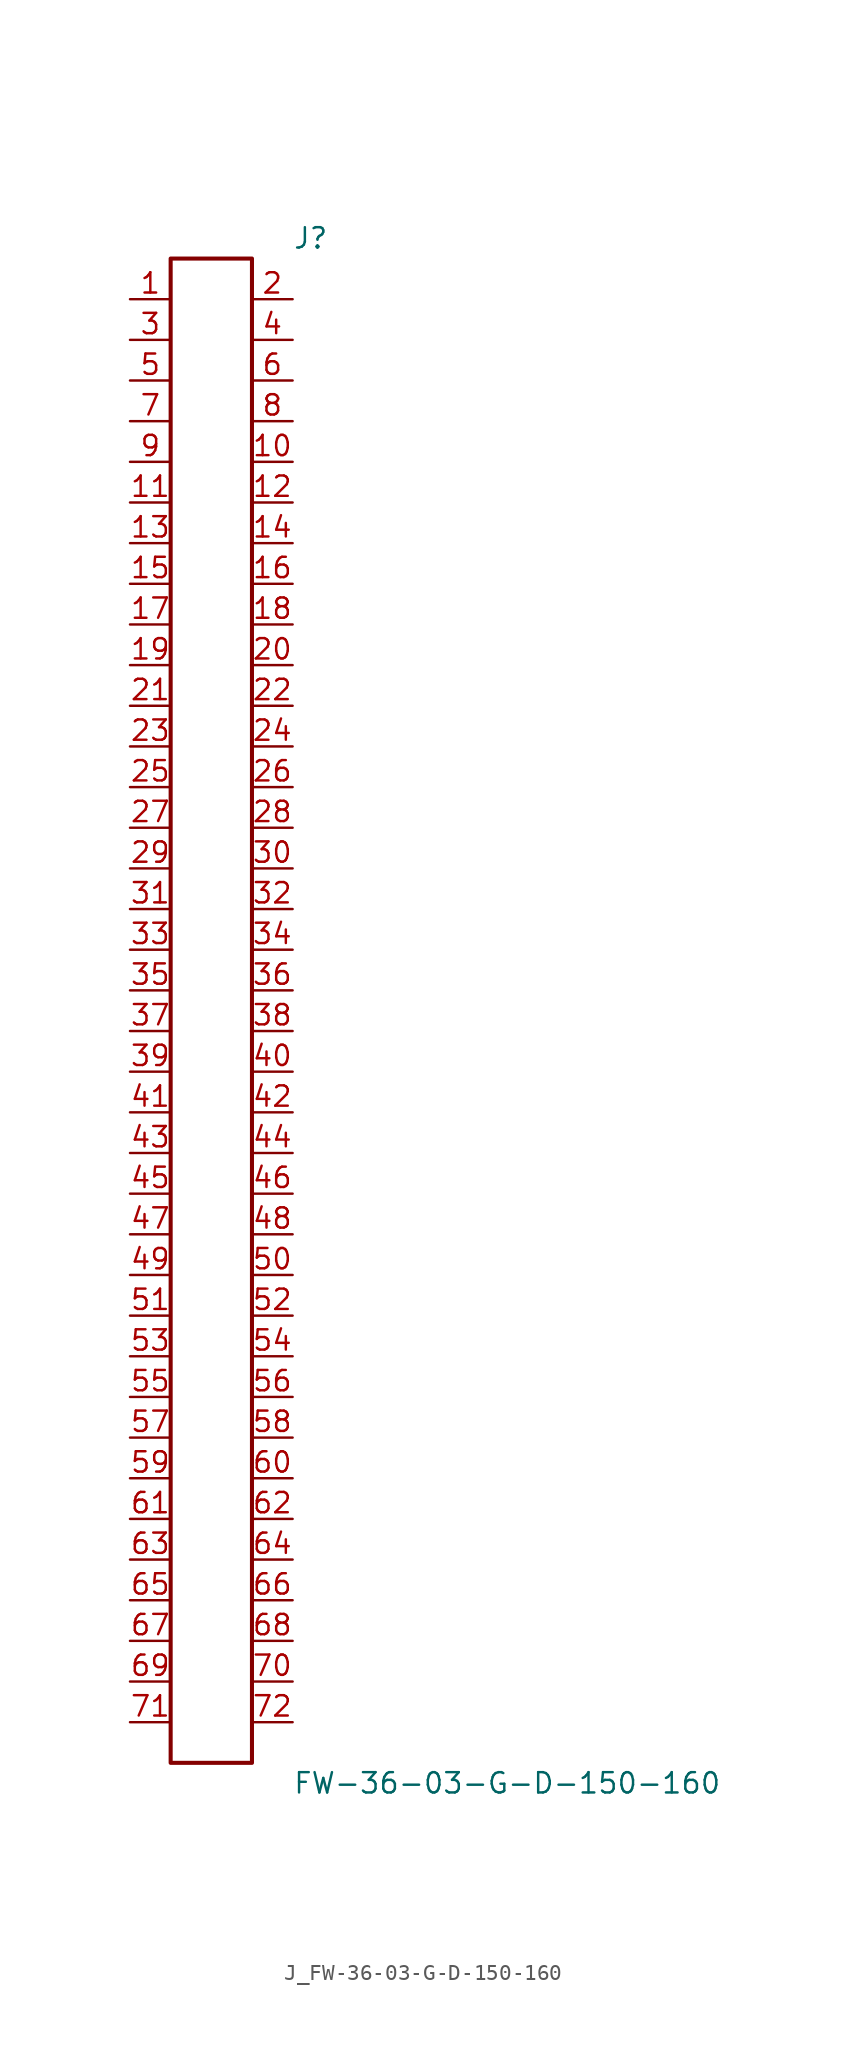
<source format=kicad_sym>
(kicad_symbol_lib
  (version 20231120)
  (generator kicad_symbol_editor)
  (generator_version 8.0)
  (symbol "J_FW-36-03-G-D-150-160"
    (pin_names
      (offset 0.254))
    (property "Reference" "J"
      (at 5.08 48.26 0)
      (effects (font (size 1.27 1.27)) (justify left)))
    (property "Value" "FW-36-03-G-D-150-160"
      (at 5.08 -48.26 0)
      (effects (font (size 1.27 1.27)) (justify left)))
    (symbol "J_FW-36-03-G-D-150-160_0_0"
      (pin passive line (at -5.08 44.45 0) (length 2.54) (name "" (effects (font (size 1.27 1.27)))) (number "1" (effects (font (size 1.27 1.27)))))
      (pin passive line (at 5.08 44.45 180) (length 2.54) (name "" (effects (font (size 1.27 1.27)))) (number "2" (effects (font (size 1.27 1.27)))))
      (pin passive line (at -5.08 41.91 0) (length 2.54) (name "" (effects (font (size 1.27 1.27)))) (number "3" (effects (font (size 1.27 1.27)))))
      (pin passive line (at 5.08 41.91 180) (length 2.54) (name "" (effects (font (size 1.27 1.27)))) (number "4" (effects (font (size 1.27 1.27)))))
      (pin passive line (at -5.08 39.37 0) (length 2.54) (name "" (effects (font (size 1.27 1.27)))) (number "5" (effects (font (size 1.27 1.27)))))
      (pin passive line (at 5.08 39.37 180) (length 2.54) (name "" (effects (font (size 1.27 1.27)))) (number "6" (effects (font (size 1.27 1.27)))))
      (pin passive line (at -5.08 36.83 0) (length 2.54) (name "" (effects (font (size 1.27 1.27)))) (number "7" (effects (font (size 1.27 1.27)))))
      (pin passive line (at 5.08 36.83 180) (length 2.54) (name "" (effects (font (size 1.27 1.27)))) (number "8" (effects (font (size 1.27 1.27)))))
      (pin passive line (at -5.08 34.29 0) (length 2.54) (name "" (effects (font (size 1.27 1.27)))) (number "9" (effects (font (size 1.27 1.27)))))
      (pin passive line (at 5.08 34.29 180) (length 2.54) (name "" (effects (font (size 1.27 1.27)))) (number "10" (effects (font (size 1.27 1.27)))))
      (pin passive line (at -5.08 31.75 0) (length 2.54) (name "" (effects (font (size 1.27 1.27)))) (number "11" (effects (font (size 1.27 1.27)))))
      (pin passive line (at 5.08 31.75 180) (length 2.54) (name "" (effects (font (size 1.27 1.27)))) (number "12" (effects (font (size 1.27 1.27)))))
      (pin passive line (at -5.08 29.21 0) (length 2.54) (name "" (effects (font (size 1.27 1.27)))) (number "13" (effects (font (size 1.27 1.27)))))
      (pin passive line (at 5.08 29.21 180) (length 2.54) (name "" (effects (font (size 1.27 1.27)))) (number "14" (effects (font (size 1.27 1.27)))))
      (pin passive line (at -5.08 26.67 0) (length 2.54) (name "" (effects (font (size 1.27 1.27)))) (number "15" (effects (font (size 1.27 1.27)))))
      (pin passive line (at 5.08 26.67 180) (length 2.54) (name "" (effects (font (size 1.27 1.27)))) (number "16" (effects (font (size 1.27 1.27)))))
      (pin passive line (at -5.08 24.13 0) (length 2.54) (name "" (effects (font (size 1.27 1.27)))) (number "17" (effects (font (size 1.27 1.27)))))
      (pin passive line (at 5.08 24.13 180) (length 2.54) (name "" (effects (font (size 1.27 1.27)))) (number "18" (effects (font (size 1.27 1.27)))))
      (pin passive line (at -5.08 21.59 0) (length 2.54) (name "" (effects (font (size 1.27 1.27)))) (number "19" (effects (font (size 1.27 1.27)))))
      (pin passive line (at 5.08 21.59 180) (length 2.54) (name "" (effects (font (size 1.27 1.27)))) (number "20" (effects (font (size 1.27 1.27)))))
      (pin passive line (at -5.08 19.05 0) (length 2.54) (name "" (effects (font (size 1.27 1.27)))) (number "21" (effects (font (size 1.27 1.27)))))
      (pin passive line (at 5.08 19.05 180) (length 2.54) (name "" (effects (font (size 1.27 1.27)))) (number "22" (effects (font (size 1.27 1.27)))))
      (pin passive line (at -5.08 16.51 0) (length 2.54) (name "" (effects (font (size 1.27 1.27)))) (number "23" (effects (font (size 1.27 1.27)))))
      (pin passive line (at 5.08 16.51 180) (length 2.54) (name "" (effects (font (size 1.27 1.27)))) (number "24" (effects (font (size 1.27 1.27)))))
      (pin passive line (at -5.08 13.97 0) (length 2.54) (name "" (effects (font (size 1.27 1.27)))) (number "25" (effects (font (size 1.27 1.27)))))
      (pin passive line (at 5.08 13.97 180) (length 2.54) (name "" (effects (font (size 1.27 1.27)))) (number "26" (effects (font (size 1.27 1.27)))))
      (pin passive line (at -5.08 11.43 0) (length 2.54) (name "" (effects (font (size 1.27 1.27)))) (number "27" (effects (font (size 1.27 1.27)))))
      (pin passive line (at 5.08 11.43 180) (length 2.54) (name "" (effects (font (size 1.27 1.27)))) (number "28" (effects (font (size 1.27 1.27)))))
      (pin passive line (at -5.08 8.89 0) (length 2.54) (name "" (effects (font (size 1.27 1.27)))) (number "29" (effects (font (size 1.27 1.27)))))
      (pin passive line (at 5.08 8.89 180) (length 2.54) (name "" (effects (font (size 1.27 1.27)))) (number "30" (effects (font (size 1.27 1.27)))))
      (pin passive line (at -5.08 6.35 0) (length 2.54) (name "" (effects (font (size 1.27 1.27)))) (number "31" (effects (font (size 1.27 1.27)))))
      (pin passive line (at 5.08 6.35 180) (length 2.54) (name "" (effects (font (size 1.27 1.27)))) (number "32" (effects (font (size 1.27 1.27)))))
      (pin passive line (at -5.08 3.81 0) (length 2.54) (name "" (effects (font (size 1.27 1.27)))) (number "33" (effects (font (size 1.27 1.27)))))
      (pin passive line (at 5.08 3.81 180) (length 2.54) (name "" (effects (font (size 1.27 1.27)))) (number "34" (effects (font (size 1.27 1.27)))))
      (pin passive line (at -5.08 1.27 0) (length 2.54) (name "" (effects (font (size 1.27 1.27)))) (number "35" (effects (font (size 1.27 1.27)))))
      (pin passive line (at 5.08 1.27 180) (length 2.54) (name "" (effects (font (size 1.27 1.27)))) (number "36" (effects (font (size 1.27 1.27)))))
      (pin passive line (at -5.08 -1.27 0) (length 2.54) (name "" (effects (font (size 1.27 1.27)))) (number "37" (effects (font (size 1.27 1.27)))))
      (pin passive line (at 5.08 -1.27 180) (length 2.54) (name "" (effects (font (size 1.27 1.27)))) (number "38" (effects (font (size 1.27 1.27)))))
      (pin passive line (at -5.08 -3.81 0) (length 2.54) (name "" (effects (font (size 1.27 1.27)))) (number "39" (effects (font (size 1.27 1.27)))))
      (pin passive line (at 5.08 -3.81 180) (length 2.54) (name "" (effects (font (size 1.27 1.27)))) (number "40" (effects (font (size 1.27 1.27)))))
      (pin passive line (at -5.08 -6.35 0) (length 2.54) (name "" (effects (font (size 1.27 1.27)))) (number "41" (effects (font (size 1.27 1.27)))))
      (pin passive line (at 5.08 -6.35 180) (length 2.54) (name "" (effects (font (size 1.27 1.27)))) (number "42" (effects (font (size 1.27 1.27)))))
      (pin passive line (at -5.08 -8.89 0) (length 2.54) (name "" (effects (font (size 1.27 1.27)))) (number "43" (effects (font (size 1.27 1.27)))))
      (pin passive line (at 5.08 -8.89 180) (length 2.54) (name "" (effects (font (size 1.27 1.27)))) (number "44" (effects (font (size 1.27 1.27)))))
      (pin passive line (at -5.08 -11.43 0) (length 2.54) (name "" (effects (font (size 1.27 1.27)))) (number "45" (effects (font (size 1.27 1.27)))))
      (pin passive line (at 5.08 -11.43 180) (length 2.54) (name "" (effects (font (size 1.27 1.27)))) (number "46" (effects (font (size 1.27 1.27)))))
      (pin passive line (at -5.08 -13.97 0) (length 2.54) (name "" (effects (font (size 1.27 1.27)))) (number "47" (effects (font (size 1.27 1.27)))))
      (pin passive line (at 5.08 -13.97 180) (length 2.54) (name "" (effects (font (size 1.27 1.27)))) (number "48" (effects (font (size 1.27 1.27)))))
      (pin passive line (at -5.08 -16.51 0) (length 2.54) (name "" (effects (font (size 1.27 1.27)))) (number "49" (effects (font (size 1.27 1.27)))))
      (pin passive line (at 5.08 -16.51 180) (length 2.54) (name "" (effects (font (size 1.27 1.27)))) (number "50" (effects (font (size 1.27 1.27)))))
      (pin passive line (at -5.08 -19.05 0) (length 2.54) (name "" (effects (font (size 1.27 1.27)))) (number "51" (effects (font (size 1.27 1.27)))))
      (pin passive line (at 5.08 -19.05 180) (length 2.54) (name "" (effects (font (size 1.27 1.27)))) (number "52" (effects (font (size 1.27 1.27)))))
      (pin passive line (at -5.08 -21.59 0) (length 2.54) (name "" (effects (font (size 1.27 1.27)))) (number "53" (effects (font (size 1.27 1.27)))))
      (pin passive line (at 5.08 -21.59 180) (length 2.54) (name "" (effects (font (size 1.27 1.27)))) (number "54" (effects (font (size 1.27 1.27)))))
      (pin passive line (at -5.08 -24.13 0) (length 2.54) (name "" (effects (font (size 1.27 1.27)))) (number "55" (effects (font (size 1.27 1.27)))))
      (pin passive line (at 5.08 -24.13 180) (length 2.54) (name "" (effects (font (size 1.27 1.27)))) (number "56" (effects (font (size 1.27 1.27)))))
      (pin passive line (at -5.08 -26.67 0) (length 2.54) (name "" (effects (font (size 1.27 1.27)))) (number "57" (effects (font (size 1.27 1.27)))))
      (pin passive line (at 5.08 -26.67 180) (length 2.54) (name "" (effects (font (size 1.27 1.27)))) (number "58" (effects (font (size 1.27 1.27)))))
      (pin passive line (at -5.08 -29.21 0) (length 2.54) (name "" (effects (font (size 1.27 1.27)))) (number "59" (effects (font (size 1.27 1.27)))))
      (pin passive line (at 5.08 -29.21 180) (length 2.54) (name "" (effects (font (size 1.27 1.27)))) (number "60" (effects (font (size 1.27 1.27)))))
      (pin passive line (at -5.08 -31.75 0) (length 2.54) (name "" (effects (font (size 1.27 1.27)))) (number "61" (effects (font (size 1.27 1.27)))))
      (pin passive line (at 5.08 -31.75 180) (length 2.54) (name "" (effects (font (size 1.27 1.27)))) (number "62" (effects (font (size 1.27 1.27)))))
      (pin passive line (at -5.08 -34.29 0) (length 2.54) (name "" (effects (font (size 1.27 1.27)))) (number "63" (effects (font (size 1.27 1.27)))))
      (pin passive line (at 5.08 -34.29 180) (length 2.54) (name "" (effects (font (size 1.27 1.27)))) (number "64" (effects (font (size 1.27 1.27)))))
      (pin passive line (at -5.08 -36.83 0) (length 2.54) (name "" (effects (font (size 1.27 1.27)))) (number "65" (effects (font (size 1.27 1.27)))))
      (pin passive line (at 5.08 -36.83 180) (length 2.54) (name "" (effects (font (size 1.27 1.27)))) (number "66" (effects (font (size 1.27 1.27)))))
      (pin passive line (at -5.08 -39.37 0) (length 2.54) (name "" (effects (font (size 1.27 1.27)))) (number "67" (effects (font (size 1.27 1.27)))))
      (pin passive line (at 5.08 -39.37 180) (length 2.54) (name "" (effects (font (size 1.27 1.27)))) (number "68" (effects (font (size 1.27 1.27)))))
      (pin passive line (at -5.08 -41.91 0) (length 2.54) (name "" (effects (font (size 1.27 1.27)))) (number "69" (effects (font (size 1.27 1.27)))))
      (pin passive line (at 5.08 -41.91 180) (length 2.54) (name "" (effects (font (size 1.27 1.27)))) (number "70" (effects (font (size 1.27 1.27)))))
      (pin passive line (at -5.08 -44.45 0) (length 2.54) (name "" (effects (font (size 1.27 1.27)))) (number "71" (effects (font (size 1.27 1.27)))))
      (pin passive line (at 5.08 -44.45 180) (length 2.54) (name "" (effects (font (size 1.27 1.27)))) (number "72" (effects (font (size 1.27 1.27))))))
    (symbol "J_FW-36-03-G-D-150-160_1_0"
      (rectangle (start -2.54 46.99) (end 2.54 -46.99) (stroke (width 0.254) (type solid)) (fill (type none))))))
</source>
